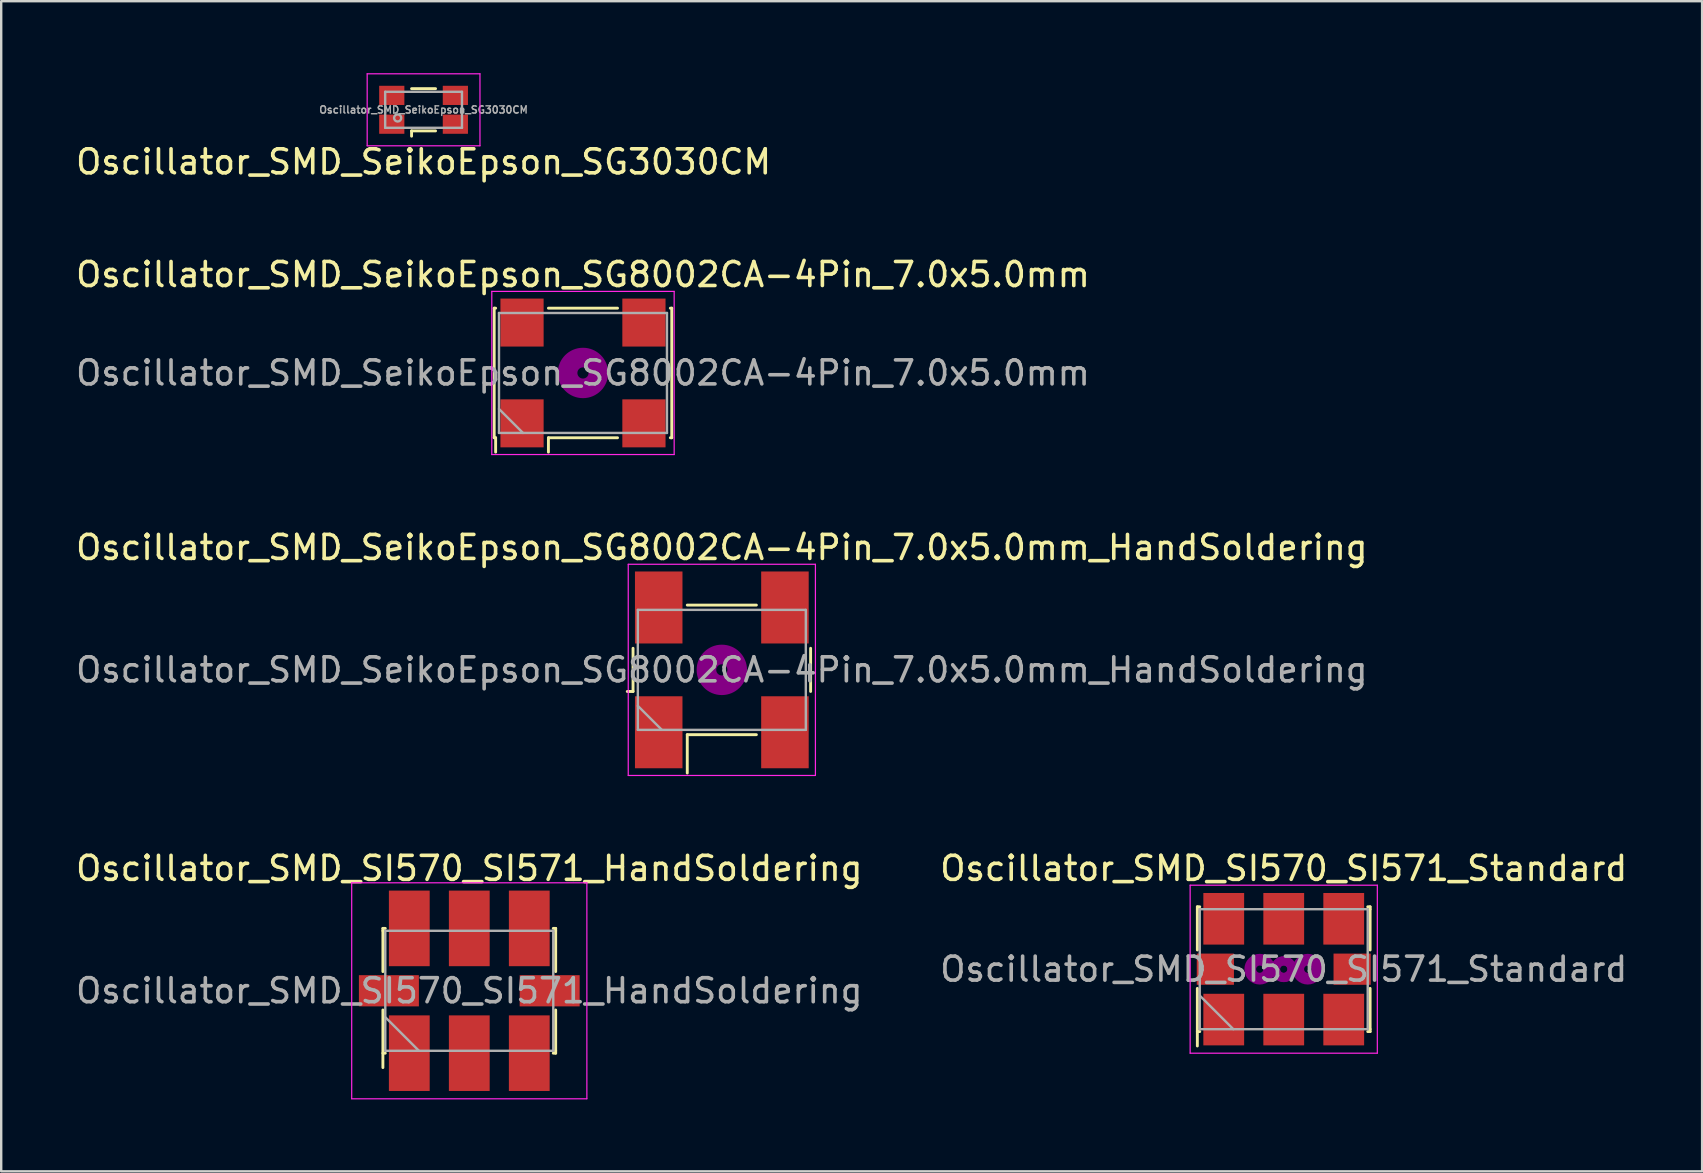
<source format=kicad_pcb>
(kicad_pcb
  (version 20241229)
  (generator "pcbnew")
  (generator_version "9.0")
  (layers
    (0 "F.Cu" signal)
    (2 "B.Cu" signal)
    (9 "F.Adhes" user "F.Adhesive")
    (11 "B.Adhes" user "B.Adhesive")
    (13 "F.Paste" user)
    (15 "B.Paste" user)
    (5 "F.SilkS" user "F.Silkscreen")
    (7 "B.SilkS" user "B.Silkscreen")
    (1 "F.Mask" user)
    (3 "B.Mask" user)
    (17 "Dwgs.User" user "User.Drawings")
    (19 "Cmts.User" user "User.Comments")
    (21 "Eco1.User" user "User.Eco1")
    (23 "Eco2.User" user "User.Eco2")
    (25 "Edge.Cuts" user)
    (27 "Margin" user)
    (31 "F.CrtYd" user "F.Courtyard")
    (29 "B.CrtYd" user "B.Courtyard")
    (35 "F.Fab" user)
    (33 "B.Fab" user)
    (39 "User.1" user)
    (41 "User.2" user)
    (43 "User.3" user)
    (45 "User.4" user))
  (footprint "Oscillator_SMD_SeikoEpson_SG8002CA-4Pin_7.0x5.0mm"
    (layer "F.Cu")
    (at 21.244 12.492)
    (property "Reference" "Oscillator_SMD_SeikoEpson_SG8002CA-4Pin_7.0x5.0mm" (at 0 -4.1 0) (layer "F.SilkS") (effects (font (size 1 1) (thickness 0.15))))
    (attr smd)
    (fp_line (start -3.7 -2.7) (end -3.64 -2.7) (stroke (width 0.12) (type solid)) (layer "F.SilkS"))
    (fp_line (start -3.7 2.7) (end -3.7 -2.7) (stroke (width 0.12) (type solid)) (layer "F.SilkS"))
    (fp_line (start -3.64 2.7) (end -3.7 2.7) (stroke (width 0.12) (type solid)) (layer "F.SilkS"))
    (fp_line (start -3.64 3.3) (end -3.64 2.7) (stroke (width 0.12) (type solid)) (layer "F.SilkS"))
    (fp_line (start -1.44 -2.7) (end 1.44 -2.7) (stroke (width 0.12) (type solid)) (layer "F.SilkS"))
    (fp_line (start -1.44 2.7) (end -1.44 3.3) (stroke (width 0.12) (type solid)) (layer "F.SilkS"))
    (fp_line (start 1.44 2.7) (end -1.44 2.7) (stroke (width 0.12) (type solid)) (layer "F.SilkS"))
    (fp_line (start 3.64 -2.7) (end 3.7 -2.7) (stroke (width 0.12) (type solid)) (layer "F.SilkS"))
    (fp_line (start 3.7 -2.7) (end 3.7 2.7) (stroke (width 0.12) (type solid)) (layer "F.SilkS"))
    (fp_line (start 3.7 2.7) (end 3.64 2.7) (stroke (width 0.12) (type solid)) (layer "F.SilkS"))
    (fp_circle (center 0 0) (end 0.233 0) (stroke (width 0.467) (type solid)) (fill no) (layer "F.Adhes"))
    (fp_circle (center 0 0) (end 0.533 0) (stroke (width 0.333) (type solid)) (fill no) (layer "F.Adhes"))
    (fp_circle (center 0 0) (end 0.833 0) (stroke (width 0.333) (type solid)) (fill no) (layer "F.Adhes"))
    (fp_circle (center 0 0) (end 1 0) (stroke (width 0.1) (type solid)) (fill no) (layer "F.Adhes"))
    (fp_line (start -3.8 -3.4) (end -3.8 3.4) (stroke (width 0.05) (type solid)) (layer "F.CrtYd"))
    (fp_line (start -3.8 3.4) (end 3.8 3.4) (stroke (width 0.05) (type solid)) (layer "F.CrtYd"))
    (fp_line (start 3.8 -3.4) (end -3.8 -3.4) (stroke (width 0.05) (type solid)) (layer "F.CrtYd"))
    (fp_line (start 3.8 3.4) (end 3.8 -3.4) (stroke (width 0.05) (type solid)) (layer "F.CrtYd"))
    (fp_line (start -3.5 -2.5) (end -3.5 2.5) (stroke (width 0.1) (type solid)) (layer "F.Fab"))
    (fp_line (start -3.5 1.5) (end -2.5 2.5) (stroke (width 0.1) (type solid)) (layer "F.Fab"))
    (fp_line (start -3.5 2.5) (end 3.5 2.5) (stroke (width 0.1) (type solid)) (layer "F.Fab"))
    (fp_line (start 3.5 -2.5) (end -3.5 -2.5) (stroke (width 0.1) (type solid)) (layer "F.Fab"))
    (fp_line (start 3.5 2.5) (end 3.5 -2.5) (stroke (width 0.1) (type solid)) (layer "F.Fab"))
    (fp_text user "${REFERENCE}" (at 0 0 0) (layer "F.Fab") (effects (font (size 1 1) (thickness 0.15))))
    (pad "1" smd rect (at -2.54 2.1) (size 1.8 2) (layers "F.Cu" "F.Mask" "F.Paste"))
    (pad "2" smd rect (at 2.54 2.1) (size 1.8 2) (layers "F.Cu" "F.Mask" "F.Paste"))
    (pad "3" smd rect (at 2.54 -2.1) (size 1.8 2) (layers "F.Cu" "F.Mask" "F.Paste"))
    (pad "4" smd rect (at -2.54 -2.1) (size 1.8 2) (layers "F.Cu" "F.Mask" "F.Paste")))
  (footprint "Oscillator_SMD_SeikoEpson_SG8002CA-4Pin_7.0x5.0mm_HandSoldering"
    (layer "F.Cu")
    (at 27.03 24.865)
    (property "Reference" "Oscillator_SMD_SeikoEpson_SG8002CA-4Pin_7.0x5.0mm_HandSoldering" (at 0 -5.1 0) (layer "F.SilkS") (effects (font (size 1 1) (thickness 0.15))))
    (attr smd)
    (fp_line (start -3.94 0.9) (end -3.7 0.9) (stroke (width 0.12) (type solid)) (layer "F.SilkS"))
    (fp_line (start -3.7 0.9) (end -3.7 -0.9) (stroke (width 0.12) (type solid)) (layer "F.SilkS"))
    (fp_line (start -1.44 -2.7) (end 1.44 -2.7) (stroke (width 0.12) (type solid)) (layer "F.SilkS"))
    (fp_line (start -1.44 2.7) (end -1.44 4.3) (stroke (width 0.12) (type solid)) (layer "F.SilkS"))
    (fp_line (start 1.44 2.7) (end -1.44 2.7) (stroke (width 0.12) (type solid)) (layer "F.SilkS"))
    (fp_line (start 3.7 -0.9) (end 3.7 0.9) (stroke (width 0.12) (type solid)) (layer "F.SilkS"))
    (fp_circle (center 0 0) (end 0.233 0) (stroke (width 0.467) (type solid)) (fill no) (layer "F.Adhes"))
    (fp_circle (center 0 0) (end 0.533 0) (stroke (width 0.333) (type solid)) (fill no) (layer "F.Adhes"))
    (fp_circle (center 0 0) (end 0.833 0) (stroke (width 0.333) (type solid)) (fill no) (layer "F.Adhes"))
    (fp_circle (center 0 0) (end 1 0) (stroke (width 0.1) (type solid)) (fill no) (layer "F.Adhes"))
    (fp_line (start -3.9 -4.4) (end -3.9 4.4) (stroke (width 0.05) (type solid)) (layer "F.CrtYd"))
    (fp_line (start -3.9 4.4) (end 3.9 4.4) (stroke (width 0.05) (type solid)) (layer "F.CrtYd"))
    (fp_line (start 3.9 -4.4) (end -3.9 -4.4) (stroke (width 0.05) (type solid)) (layer "F.CrtYd"))
    (fp_line (start 3.9 4.4) (end 3.9 -4.4) (stroke (width 0.05) (type solid)) (layer "F.CrtYd"))
    (fp_line (start -3.5 -2.5) (end -3.5 2.5) (stroke (width 0.1) (type solid)) (layer "F.Fab"))
    (fp_line (start -3.5 1.5) (end -2.5 2.5) (stroke (width 0.1) (type solid)) (layer "F.Fab"))
    (fp_line (start -3.5 2.5) (end 3.5 2.5) (stroke (width 0.1) (type solid)) (layer "F.Fab"))
    (fp_line (start 3.5 -2.5) (end -3.5 -2.5) (stroke (width 0.1) (type solid)) (layer "F.Fab"))
    (fp_line (start 3.5 2.5) (end 3.5 -2.5) (stroke (width 0.1) (type solid)) (layer "F.Fab"))
    (fp_text user "${REFERENCE}" (at 0 0 0) (layer "F.Fab") (effects (font (size 1 1) (thickness 0.15))))
    (pad "1" smd rect (at -2.63 2.6) (size 1.98 3) (layers "F.Cu" "F.Mask" "F.Paste"))
    (pad "2" smd rect (at 2.63 2.6) (size 1.98 3) (layers "F.Cu" "F.Mask" "F.Paste"))
    (pad "3" smd rect (at 2.63 -2.6) (size 1.98 3) (layers "F.Cu" "F.Mask" "F.Paste"))
    (pad "4" smd rect (at -2.63 -2.6) (size 1.98 3) (layers "F.Cu" "F.Mask" "F.Paste")))
  (footprint "Oscillator_SMD_SeikoEpson_SG3030CM"
    (layer "F.Cu")
    (at 14.601 1.525)
    (property "Reference" "Oscillator_SMD_SeikoEpson_SG3030CM" (at 0 2.17 0) (layer "F.SilkS") (effects (font (size 1 1) (thickness 0.15))))
    (attr smd)
    (fp_line (start -0.5 -0.88) (end 0.5 -0.88) (stroke (width 0.12) (type solid)) (layer "F.SilkS"))
    (fp_line (start -0.5 0.88) (end 0.5 0.88) (stroke (width 0.12) (type solid)) (layer "F.SilkS"))
    (fp_line (start -0.5 1.1) (end -0.5 0.88) (stroke (width 0.12) (type solid)) (layer "F.SilkS"))
    (fp_line (start -2.35 -1.5) (end 2.35 -1.5) (stroke (width 0.05) (type solid)) (layer "F.CrtYd"))
    (fp_line (start -2.35 1.5) (end -2.35 -1.5) (stroke (width 0.05) (type solid)) (layer "F.CrtYd"))
    (fp_line (start 2.35 -1.5) (end 2.35 1.5) (stroke (width 0.05) (type solid)) (layer "F.CrtYd"))
    (fp_line (start 2.35 1.5) (end -2.35 1.5) (stroke (width 0.05) (type solid)) (layer "F.CrtYd"))
    (fp_line (start -1.6 -0.75) (end -1.6 0.75) (stroke (width 0.1) (type solid)) (layer "F.Fab"))
    (fp_line (start -1.6 -0.75) (end 1.6 -0.75) (stroke (width 0.1) (type solid)) (layer "F.Fab"))
    (fp_line (start 1.6 -0.75) (end 1.6 0.75) (stroke (width 0.1) (type solid)) (layer "F.Fab"))
    (fp_line (start 1.6 0.75) (end -1.6 0.75) (stroke (width 0.1) (type solid)) (layer "F.Fab"))
    (fp_circle (center -1.08 0.34) (end -0.94 0.29) (stroke (width 0.1) (type solid)) (fill no) (layer "F.Fab"))
    (fp_text user "${REFERENCE}" (at 0 0 0) (layer "F.Fab") (effects (font (size 0.3 0.3) (thickness 0.06))))
    (pad "1" smd rect (at -1.325 0.6) (size 1.05 0.8) (layers "F.Cu" "F.Mask" "F.Paste"))
    (pad "2" smd rect (at 1.325 0.6) (size 1.05 0.8) (layers "F.Cu" "F.Mask" "F.Paste"))
    (pad "3" smd rect (at 1.325 -0.6) (size 1.05 0.8) (layers "F.Cu" "F.Mask" "F.Paste"))
    (pad "4" smd rect (at -1.325 -0.6) (size 1.05 0.8) (layers "F.Cu" "F.Mask" "F.Paste")))
  (footprint "Oscillator_SMD_SI570_SI571_HandSoldering"
    (layer "F.Cu")
    (at 16.506 38.238)
    (property "Reference" "Oscillator_SMD_SI570_SI571_HandSoldering" (at 0 -5.1 0) (layer "F.SilkS") (effects (font (size 1 1) (thickness 0.15))))
    (attr smd)
    (fp_line (start -3.6 -2.6) (end -3.5 -2.6) (stroke (width 0.12) (type solid)) (layer "F.SilkS"))
    (fp_line (start -3.6 -2.5) (end -3.6 -2.6) (stroke (width 0.12) (type solid)) (layer "F.SilkS"))
    (fp_line (start -3.6 -2.5) (end -3.6 -0.8) (stroke (width 0.12) (type solid)) (layer "F.SilkS"))
    (fp_line (start -3.6 0.8) (end -3.6 3.2) (stroke (width 0.12) (type solid)) (layer "F.SilkS"))
    (fp_line (start -3.6 2.6) (end -3.5 2.6) (stroke (width 0.12) (type solid)) (layer "F.SilkS"))
    (fp_line (start 3.6 -2.6) (end 3.5 -2.6) (stroke (width 0.12) (type solid)) (layer "F.SilkS"))
    (fp_line (start 3.6 -2.5) (end 3.6 -2.6) (stroke (width 0.12) (type solid)) (layer "F.SilkS"))
    (fp_line (start 3.6 -0.8) (end 3.6 -2.5) (stroke (width 0.12) (type solid)) (layer "F.SilkS"))
    (fp_line (start 3.6 2.5) (end 3.6 0.8) (stroke (width 0.12) (type solid)) (layer "F.SilkS"))
    (fp_line (start 3.6 2.5) (end 3.6 2.6) (stroke (width 0.12) (type solid)) (layer "F.SilkS"))
    (fp_line (start 3.6 2.6) (end 3.5 2.6) (stroke (width 0.12) (type solid)) (layer "F.SilkS"))
    (fp_line (start -4.9 -4.5) (end 4.9 -4.5) (stroke (width 0.05) (type solid)) (layer "F.CrtYd"))
    (fp_line (start -4.9 4.5) (end -4.9 -4.5) (stroke (width 0.05) (type solid)) (layer "F.CrtYd"))
    (fp_line (start 4.9 -4.5) (end 4.9 4.5) (stroke (width 0.05) (type solid)) (layer "F.CrtYd"))
    (fp_line (start 4.9 4.5) (end -4.9 4.5) (stroke (width 0.05) (type solid)) (layer "F.CrtYd"))
    (fp_line (start -3.5 -2.5) (end -3.5 2.5) (stroke (width 0.1) (type solid)) (layer "F.Fab"))
    (fp_line (start -3.5 1.1) (end -2.1 2.5) (stroke (width 0.1) (type solid)) (layer "F.Fab"))
    (fp_line (start -3.5 2.5) (end 3.5 2.5) (stroke (width 0.1) (type solid)) (layer "F.Fab"))
    (fp_line (start 3.5 -2.5) (end -3.5 -2.5) (stroke (width 0.1) (type solid)) (layer "F.Fab"))
    (fp_line (start 3.5 2.5) (end 3.5 -2.5) (stroke (width 0.1) (type solid)) (layer "F.Fab"))
    (fp_text user "${REFERENCE}" (at 0 0 0) (layer "F.Fab") (effects (font (size 1 1) (thickness 0.15))))
    (pad "1" smd rect (at -2.5 2.6) (size 1.7 3.15) (layers "F.Cu" "F.Mask" "F.Paste"))
    (pad "2" smd rect (at 0 2.6) (size 1.7 3.15) (layers "F.Cu" "F.Mask" "F.Paste"))
    (pad "3" smd rect (at 2.5 2.6) (size 1.7 3.15) (layers "F.Cu" "F.Mask" "F.Paste"))
    (pad "4" smd rect (at 2.5 -2.6) (size 1.7 3.15) (layers "F.Cu" "F.Mask" "F.Paste"))
    (pad "5" smd rect (at 0 -2.6) (size 1.7 3.15) (layers "F.Cu" "F.Mask" "F.Paste"))
    (pad "6" smd rect (at -2.5 -2.6) (size 1.7 3.15) (layers "F.Cu" "F.Mask" "F.Paste"))
    (pad "7" smd rect (at -3.35 0) (size 2.5 1.3) (layers "F.Cu" "F.Mask" "F.Paste"))
    (pad "8" smd rect (at 3.35 0) (size 2.5 1.3) (layers "F.Cu" "F.Mask" "F.Paste")))
  (footprint "Oscillator_SMD_SI570_SI571_Standard"
    (layer "F.Cu")
    (at 50.446 37.338)
    (property "Reference" "Oscillator_SMD_SI570_SI571_Standard" (at 0 -4.2 0) (layer "F.SilkS") (effects (font (size 1 1) (thickness 0.15))))
    (attr smd)
    (fp_line (start -3.6 -2.6) (end -3.5 -2.6) (stroke (width 0.12) (type solid)) (layer "F.SilkS"))
    (fp_line (start -3.6 -2.5) (end -3.6 -2.6) (stroke (width 0.12) (type solid)) (layer "F.SilkS"))
    (fp_line (start -3.6 -2.5) (end -3.6 -0.8) (stroke (width 0.12) (type solid)) (layer "F.SilkS"))
    (fp_line (start -3.6 0.8) (end -3.6 3.2) (stroke (width 0.12) (type solid)) (layer "F.SilkS"))
    (fp_line (start -3.6 2.6) (end -3.5 2.6) (stroke (width 0.12) (type solid)) (layer "F.SilkS"))
    (fp_line (start 3.6 -2.6) (end 3.5 -2.6) (stroke (width 0.12) (type solid)) (layer "F.SilkS"))
    (fp_line (start 3.6 -2.5) (end 3.6 -2.6) (stroke (width 0.12) (type solid)) (layer "F.SilkS"))
    (fp_line (start 3.6 -0.8) (end 3.6 -2.5) (stroke (width 0.12) (type solid)) (layer "F.SilkS"))
    (fp_line (start 3.6 2.5) (end 3.6 0.8) (stroke (width 0.12) (type solid)) (layer "F.SilkS"))
    (fp_line (start 3.6 2.5) (end 3.6 2.6) (stroke (width 0.12) (type solid)) (layer "F.SilkS"))
    (fp_line (start 3.6 2.6) (end 3.5 2.6) (stroke (width 0.12) (type solid)) (layer "F.SilkS"))
    (fp_circle (center -1 0) (end -0.85 0) (stroke (width 0.38) (type solid)) (fill no) (layer "F.Adhes"))
    (fp_circle (center -1 0) (end -0.55 0) (stroke (width 0.38) (type solid)) (fill no) (layer "F.Adhes"))
    (fp_circle (center 0 0) (end 0.15 0) (stroke (width 0.38) (type solid)) (fill no) (layer "F.Adhes"))
    (fp_circle (center 0 0) (end 0.35 0) (stroke (width 0.38) (type solid)) (fill no) (layer "F.Adhes"))
    (fp_circle (center 1 0) (end 0.55 0) (stroke (width 0.38) (type solid)) (fill no) (layer "F.Adhes"))
    (fp_circle (center 1 0) (end 0.85 0) (stroke (width 0.38) (type solid)) (fill no) (layer "F.Adhes"))
    (fp_line (start -3.9 -3.5) (end 3.9 -3.5) (stroke (width 0.05) (type solid)) (layer "F.CrtYd"))
    (fp_line (start -3.9 3.5) (end -3.9 -3.5) (stroke (width 0.05) (type solid)) (layer "F.CrtYd"))
    (fp_line (start 3.9 -3.5) (end 3.9 3.5) (stroke (width 0.05) (type solid)) (layer "F.CrtYd"))
    (fp_line (start 3.9 3.5) (end -3.9 3.5) (stroke (width 0.05) (type solid)) (layer "F.CrtYd"))
    (fp_line (start -3.5 -2.5) (end -3.5 2.5) (stroke (width 0.1) (type solid)) (layer "F.Fab"))
    (fp_line (start -3.5 1.1) (end -2.1 2.5) (stroke (width 0.1) (type solid)) (layer "F.Fab"))
    (fp_line (start -3.5 2.5) (end 3.5 2.5) (stroke (width 0.1) (type solid)) (layer "F.Fab"))
    (fp_line (start 3.5 -2.5) (end -3.5 -2.5) (stroke (width 0.1) (type solid)) (layer "F.Fab"))
    (fp_line (start 3.5 2.5) (end 3.5 -2.5) (stroke (width 0.1) (type solid)) (layer "F.Fab"))
    (fp_text user "${REFERENCE}" (at 0 0 0) (layer "F.Fab") (effects (font (size 1 1) (thickness 0.15))))
    (pad "1" smd rect (at -2.5 2.1) (size 1.7 2.15) (layers "F.Cu" "F.Mask" "F.Paste"))
    (pad "2" smd rect (at 0 2.1) (size 1.7 2.15) (layers "F.Cu" "F.Mask" "F.Paste"))
    (pad "3" smd rect (at 2.5 2.1) (size 1.7 2.15) (layers "F.Cu" "F.Mask" "F.Paste"))
    (pad "4" smd rect (at 2.5 -2.1) (size 1.7 2.15) (layers "F.Cu" "F.Mask" "F.Paste"))
    (pad "5" smd rect (at 0 -2.1) (size 1.7 2.15) (layers "F.Cu" "F.Mask" "F.Paste"))
    (pad "6" smd rect (at -2.5 -2.1) (size 1.7 2.15) (layers "F.Cu" "F.Mask" "F.Paste"))
    (pad "7" smd rect (at -2.85 0) (size 1.55 1.3) (layers "F.Cu" "F.Mask" "F.Paste"))
    (pad "8" smd rect (at 2.85 0) (size 1.55 1.3) (layers "F.Cu" "F.Mask" "F.Paste")))
  (gr_rect
    (start -3 -3)
    (end 67.881 45.763)
    (stroke (width 0.1) (type default))
    (fill no)
    (layer "Edge.Cuts")))
</source>
